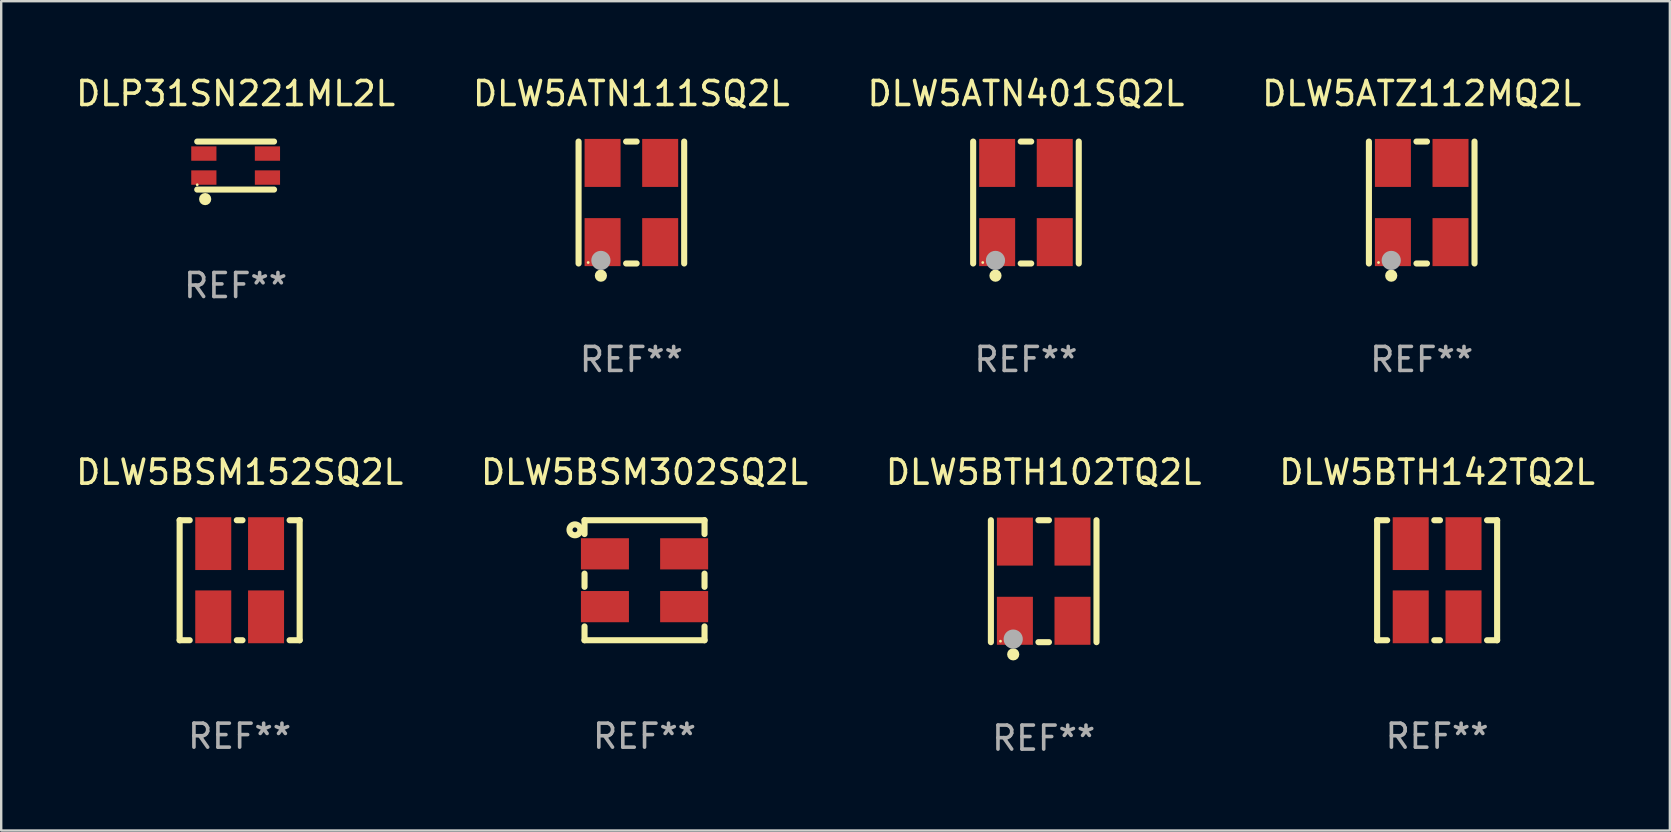
<source format=kicad_pcb>
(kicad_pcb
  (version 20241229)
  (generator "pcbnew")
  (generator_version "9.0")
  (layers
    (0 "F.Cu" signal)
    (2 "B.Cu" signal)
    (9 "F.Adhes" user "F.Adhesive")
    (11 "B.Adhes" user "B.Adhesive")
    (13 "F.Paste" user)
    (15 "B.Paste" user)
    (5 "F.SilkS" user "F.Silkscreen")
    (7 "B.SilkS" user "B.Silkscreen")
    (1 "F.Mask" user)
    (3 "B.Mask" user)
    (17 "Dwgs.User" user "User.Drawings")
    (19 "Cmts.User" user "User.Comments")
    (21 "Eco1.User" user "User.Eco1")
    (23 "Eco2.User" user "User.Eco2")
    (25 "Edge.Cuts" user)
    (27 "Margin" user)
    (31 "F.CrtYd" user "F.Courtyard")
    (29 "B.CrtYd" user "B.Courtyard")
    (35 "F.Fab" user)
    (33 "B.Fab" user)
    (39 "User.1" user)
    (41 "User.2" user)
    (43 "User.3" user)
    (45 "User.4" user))
  (footprint "DLW5BTH102TQ2L"
    (layer "F.Cu")
    (at 40.435 21.165)
    (property "Reference" "DLW5BTH102TQ2L" (at 0 -4.54 0) (layer "F.SilkS") (effects (font (size 1 1) (thickness 0.15))))
    (attr through_hole)
    (fp_line (start -2.2 -2.54) (end -2.2 2.54) (stroke (width 0.254) (type solid)) (layer "F.SilkS"))
    (fp_line (start -0.219 -2.54) (end 0.219 -2.54) (stroke (width 0.254) (type solid)) (layer "F.SilkS"))
    (fp_line (start -0.219 2.54) (end 0.219 2.54) (stroke (width 0.254) (type solid)) (layer "F.SilkS"))
    (fp_line (start 2.2 -2.54) (end 2.2 2.54) (stroke (width 0.254) (type solid)) (layer "F.SilkS"))
    (fp_circle (center -1.8 2.5) (end -1.77 2.5) (stroke (width 0.06) (type solid)) (fill no) (layer "F.SilkS"))
    (fp_circle (center -1.27 3.048) (end -1.143 3.048) (stroke (width 0.254) (type solid)) (fill no) (layer "F.SilkS"))
    (fp_circle (center -1.27 2.413) (end -1.07 2.413) (stroke (width 0.4) (type solid)) (fill no) (layer "F.Fab"))
    (fp_text user "REF**" (at 0 6.54 0) (layer "F.Fab") (effects (font (size 1 1) (thickness 0.15))))
    (pad "1" smd rect (at -1.2 1.65) (size 1.5 2) (layers "F.Cu" "F.Mask" "F.Paste"))
    (pad "2" smd rect (at 1.2 1.65) (size 1.5 2) (layers "F.Cu" "F.Mask" "F.Paste"))
    (pad "3" smd rect (at 1.2 -1.65) (size 1.5 2) (layers "F.Cu" "F.Mask" "F.Paste"))
    (pad "4" smd rect (at -1.2 -1.65) (size 1.5 2) (layers "F.Cu" "F.Mask" "F.Paste")))
  (footprint "DLW5ATN401SQ2L"
    (layer "F.Cu")
    (at 39.696 5.388)
    (property "Reference" "DLW5ATN401SQ2L" (at 0 -4.54 0) (layer "F.SilkS") (effects (font (size 1 1) (thickness 0.15))))
    (attr through_hole)
    (fp_line (start -2.2 -2.54) (end -2.2 2.54) (stroke (width 0.254) (type solid)) (layer "F.SilkS"))
    (fp_line (start -0.219 -2.54) (end 0.219 -2.54) (stroke (width 0.254) (type solid)) (layer "F.SilkS"))
    (fp_line (start -0.219 2.54) (end 0.219 2.54) (stroke (width 0.254) (type solid)) (layer "F.SilkS"))
    (fp_line (start 2.2 -2.54) (end 2.2 2.54) (stroke (width 0.254) (type solid)) (layer "F.SilkS"))
    (fp_circle (center -1.8 2.5) (end -1.77 2.5) (stroke (width 0.06) (type solid)) (fill no) (layer "F.SilkS"))
    (fp_circle (center -1.27 3.048) (end -1.143 3.048) (stroke (width 0.254) (type solid)) (fill no) (layer "F.SilkS"))
    (fp_circle (center -1.27 2.413) (end -1.07 2.413) (stroke (width 0.4) (type solid)) (fill no) (layer "F.Fab"))
    (fp_text user "REF**" (at 0 6.54 0) (layer "F.Fab") (effects (font (size 1 1) (thickness 0.15))))
    (pad "1" smd rect (at -1.2 1.65) (size 1.5 2) (layers "F.Cu" "F.Mask" "F.Paste"))
    (pad "2" smd rect (at 1.2 1.65) (size 1.5 2) (layers "F.Cu" "F.Mask" "F.Paste"))
    (pad "3" smd rect (at 1.2 -1.65) (size 1.5 2) (layers "F.Cu" "F.Mask" "F.Paste"))
    (pad "4" smd rect (at -1.2 -1.65) (size 1.5 2) (layers "F.Cu" "F.Mask" "F.Paste")))
  (footprint "DLW5BTH142TQ2L"
    (layer "F.Cu")
    (at 56.827 21.125)
    (property "Reference" "DLW5BTH142TQ2L" (at 0 -4.5 0) (layer "F.SilkS") (effects (font (size 1 1) (thickness 0.15))))
    (attr through_hole)
    (fp_line (start -2.5 -2.5) (end -2.081 -2.5) (stroke (width 0.254) (type solid)) (layer "F.SilkS"))
    (fp_line (start -2.5 2.5) (end -2.5 -2.5) (stroke (width 0.254) (type solid)) (layer "F.SilkS"))
    (fp_line (start -2.5 2.5) (end -2.081 2.5) (stroke (width 0.254) (type solid)) (layer "F.SilkS"))
    (fp_line (start -0.119 -2.5) (end 0.119 -2.5) (stroke (width 0.254) (type solid)) (layer "F.SilkS"))
    (fp_line (start -0.119 2.5) (end 0.119 2.5) (stroke (width 0.254) (type solid)) (layer "F.SilkS"))
    (fp_line (start 2.081 -2.5) (end 2.5 -2.5) (stroke (width 0.254) (type solid)) (layer "F.SilkS"))
    (fp_line (start 2.081 2.5) (end 2.5 2.5) (stroke (width 0.254) (type solid)) (layer "F.SilkS"))
    (fp_line (start 2.5 -2.5) (end 2.5 2.5) (stroke (width 0.254) (type solid)) (layer "F.SilkS"))
    (fp_circle (center 2.5 -2.5) (end 2.53 -2.5) (stroke (width 0.06) (type solid)) (fill no) (layer "F.SilkS"))
    (fp_text user "REF**" (at 0 6.5 0) (layer "F.Fab") (effects (font (size 1 1) (thickness 0.15))))
    (pad "1" smd rect (at 1.1 -1.525) (size 1.5 2.2) (layers "F.Cu" "F.Mask" "F.Paste"))
    (pad "2" smd rect (at -1.1 -1.525) (size 1.5 2.2) (layers "F.Cu" "F.Mask" "F.Paste"))
    (pad "3" smd rect (at -1.1 1.525) (size 1.5 2.2) (layers "F.Cu" "F.Mask" "F.Paste"))
    (pad "4" smd rect (at 1.1 1.525) (size 1.5 2.2) (layers "F.Cu" "F.Mask" "F.Paste")))
  (footprint "DLW5BSM152SQ2L"
    (layer "F.Cu")
    (at 6.935 21.125)
    (property "Reference" "DLW5BSM152SQ2L" (at 0 -4.5 0) (layer "F.SilkS") (effects (font (size 1 1) (thickness 0.15))))
    (attr through_hole)
    (fp_line (start -2.5 -2.5) (end -2.081 -2.5) (stroke (width 0.254) (type solid)) (layer "F.SilkS"))
    (fp_line (start -2.5 2.5) (end -2.5 -2.5) (stroke (width 0.254) (type solid)) (layer "F.SilkS"))
    (fp_line (start -2.5 2.5) (end -2.081 2.5) (stroke (width 0.254) (type solid)) (layer "F.SilkS"))
    (fp_line (start -0.119 -2.5) (end 0.119 -2.5) (stroke (width 0.254) (type solid)) (layer "F.SilkS"))
    (fp_line (start -0.119 2.5) (end 0.119 2.5) (stroke (width 0.254) (type solid)) (layer "F.SilkS"))
    (fp_line (start 2.081 -2.5) (end 2.5 -2.5) (stroke (width 0.254) (type solid)) (layer "F.SilkS"))
    (fp_line (start 2.081 2.5) (end 2.5 2.5) (stroke (width 0.254) (type solid)) (layer "F.SilkS"))
    (fp_line (start 2.5 -2.5) (end 2.5 2.5) (stroke (width 0.254) (type solid)) (layer "F.SilkS"))
    (fp_circle (center 2.5 -2.5) (end 2.53 -2.5) (stroke (width 0.06) (type solid)) (fill no) (layer "F.SilkS"))
    (fp_text user "REF**" (at 0 6.5 0) (layer "F.Fab") (effects (font (size 1 1) (thickness 0.15))))
    (pad "1" smd rect (at 1.1 -1.525) (size 1.5 2.2) (layers "F.Cu" "F.Mask" "F.Paste"))
    (pad "2" smd rect (at -1.1 -1.525) (size 1.5 2.2) (layers "F.Cu" "F.Mask" "F.Paste"))
    (pad "3" smd rect (at -1.1 1.525) (size 1.5 2.2) (layers "F.Cu" "F.Mask" "F.Paste"))
    (pad "4" smd rect (at 1.1 1.525) (size 1.5 2.2) (layers "F.Cu" "F.Mask" "F.Paste")))
  (footprint "DLW5ATN111SQ2L"
    (layer "F.Cu")
    (at 23.256 5.388)
    (property "Reference" "DLW5ATN111SQ2L" (at 0 -4.54 0) (layer "F.SilkS") (effects (font (size 1 1) (thickness 0.15))))
    (attr through_hole)
    (fp_line (start -2.2 -2.54) (end -2.2 2.54) (stroke (width 0.254) (type solid)) (layer "F.SilkS"))
    (fp_line (start -0.219 -2.54) (end 0.219 -2.54) (stroke (width 0.254) (type solid)) (layer "F.SilkS"))
    (fp_line (start -0.219 2.54) (end 0.219 2.54) (stroke (width 0.254) (type solid)) (layer "F.SilkS"))
    (fp_line (start 2.2 -2.54) (end 2.2 2.54) (stroke (width 0.254) (type solid)) (layer "F.SilkS"))
    (fp_circle (center -1.8 2.5) (end -1.77 2.5) (stroke (width 0.06) (type solid)) (fill no) (layer "F.SilkS"))
    (fp_circle (center -1.27 3.048) (end -1.143 3.048) (stroke (width 0.254) (type solid)) (fill no) (layer "F.SilkS"))
    (fp_circle (center -1.27 2.413) (end -1.07 2.413) (stroke (width 0.4) (type solid)) (fill no) (layer "F.Fab"))
    (fp_text user "REF**" (at 0 6.54 0) (layer "F.Fab") (effects (font (size 1 1) (thickness 0.15))))
    (pad "1" smd rect (at -1.2 1.65) (size 1.5 2) (layers "F.Cu" "F.Mask" "F.Paste"))
    (pad "2" smd rect (at 1.2 1.65) (size 1.5 2) (layers "F.Cu" "F.Mask" "F.Paste"))
    (pad "3" smd rect (at 1.2 -1.65) (size 1.5 2) (layers "F.Cu" "F.Mask" "F.Paste"))
    (pad "4" smd rect (at -1.2 -1.65) (size 1.5 2) (layers "F.Cu" "F.Mask" "F.Paste")))
  (footprint "DLW5ATZ112MQ2L"
    (layer "F.Cu")
    (at 56.185 5.388)
    (property "Reference" "DLW5ATZ112MQ2L" (at 0 -4.54 0) (layer "F.SilkS") (effects (font (size 1 1) (thickness 0.15))))
    (attr through_hole)
    (fp_line (start -2.2 -2.54) (end -2.2 2.54) (stroke (width 0.254) (type solid)) (layer "F.SilkS"))
    (fp_line (start -0.219 -2.54) (end 0.219 -2.54) (stroke (width 0.254) (type solid)) (layer "F.SilkS"))
    (fp_line (start -0.219 2.54) (end 0.219 2.54) (stroke (width 0.254) (type solid)) (layer "F.SilkS"))
    (fp_line (start 2.2 -2.54) (end 2.2 2.54) (stroke (width 0.254) (type solid)) (layer "F.SilkS"))
    (fp_circle (center -1.8 2.5) (end -1.77 2.5) (stroke (width 0.06) (type solid)) (fill no) (layer "F.SilkS"))
    (fp_circle (center -1.27 3.048) (end -1.143 3.048) (stroke (width 0.254) (type solid)) (fill no) (layer "F.SilkS"))
    (fp_circle (center -1.27 2.413) (end -1.07 2.413) (stroke (width 0.4) (type solid)) (fill no) (layer "F.Fab"))
    (fp_text user "REF**" (at 0 6.54 0) (layer "F.Fab") (effects (font (size 1 1) (thickness 0.15))))
    (pad "1" smd rect (at -1.2 1.65) (size 1.5 2) (layers "F.Cu" "F.Mask" "F.Paste"))
    (pad "2" smd rect (at 1.2 1.65) (size 1.5 2) (layers "F.Cu" "F.Mask" "F.Paste"))
    (pad "3" smd rect (at 1.2 -1.65) (size 1.5 2) (layers "F.Cu" "F.Mask" "F.Paste"))
    (pad "4" smd rect (at -1.2 -1.65) (size 1.5 2) (layers "F.Cu" "F.Mask" "F.Paste")))
  (footprint "DLW5BSM302SQ2L"
    (layer "F.Cu")
    (at 23.804 21.125)
    (property "Reference" "DLW5BSM302SQ2L" (at 0 -4.5 0) (layer "F.SilkS") (effects (font (size 1 1) (thickness 0.15))))
    (attr through_hole)
    (fp_line (start -2.5 -2.5) (end 2.5 -2.5) (stroke (width 0.254) (type solid)) (layer "F.SilkS"))
    (fp_line (start -2.5 -1.925) (end -2.5 -2.5) (stroke (width 0.254) (type solid)) (layer "F.SilkS"))
    (fp_line (start -2.5 0.275) (end -2.5 -0.275) (stroke (width 0.254) (type solid)) (layer "F.SilkS"))
    (fp_line (start -2.5 2.5) (end -2.5 1.925) (stroke (width 0.254) (type solid)) (layer "F.SilkS"))
    (fp_line (start 2.5 -2.5) (end 2.5 -1.925) (stroke (width 0.254) (type solid)) (layer "F.SilkS"))
    (fp_line (start 2.5 -0.275) (end 2.5 0.275) (stroke (width 0.254) (type solid)) (layer "F.SilkS"))
    (fp_line (start 2.5 1.925) (end 2.5 2.5) (stroke (width 0.254) (type solid)) (layer "F.SilkS"))
    (fp_line (start 2.5 2.5) (end -2.5 2.5) (stroke (width 0.254) (type solid)) (layer "F.SilkS"))
    (fp_circle (center -2.9 -2.1) (end -2.8 -2.1) (stroke (width 0.254) (type solid)) (fill no) (layer "F.SilkS"))
    (fp_circle (center -2.5 -2.5) (end -2.47 -2.5) (stroke (width 0.06) (type solid)) (fill no) (layer "F.SilkS"))
    (fp_text user "REF**" (at 0 6.5 0) (layer "F.Fab") (effects (font (size 1 1) (thickness 0.15))))
    (pad "1" smd rect (at -1.65 -1.1) (size 2 1.3) (layers "F.Cu" "F.Mask" "F.Paste"))
    (pad "2" smd rect (at -1.65 1.1) (size 2 1.3) (layers "F.Cu" "F.Mask" "F.Paste"))
    (pad "3" smd rect (at 1.65 1.1) (size 2 1.3) (layers "F.Cu" "F.Mask" "F.Paste"))
    (pad "4" smd rect (at 1.65 -1.1) (size 2 1.3) (layers "F.Cu" "F.Mask" "F.Paste")))
  (footprint "DLP31SN221ML2L"
    (layer "F.Cu")
    (at 6.768 3.848)
    (property "Reference" "DLP31SN221ML2L" (at 0 -3 0) (layer "F.SilkS") (effects (font (size 1 1) (thickness 0.15))))
    (attr through_hole)
    (fp_line (start -1.6 1) (end 1.6 1) (stroke (width 0.254) (type solid)) (layer "F.SilkS"))
    (fp_line (start 1.6 -1) (end -1.6 -1) (stroke (width 0.254) (type solid)) (layer "F.SilkS"))
    (fp_circle (center -1.6 0.8) (end -1.57 0.8) (stroke (width 0.06) (type solid)) (fill no) (layer "F.SilkS"))
    (fp_circle (center -1.27 1.397) (end -1.143 1.397) (stroke (width 0.254) (type solid)) (fill no) (layer "F.SilkS"))
    (fp_text user "REF**" (at 0 5 0) (layer "F.Fab") (effects (font (size 1 1) (thickness 0.15))))
    (pad "1" smd rect (at -1.325 0.5 180) (size 1.05 0.6) (layers "F.Cu" "F.Mask" "F.Paste"))
    (pad "2" smd rect (at -1.325 -0.5 180) (size 1.05 0.6) (layers "F.Cu" "F.Mask" "F.Paste"))
    (pad "3" smd rect (at 1.325 -0.5 180) (size 1.05 0.6) (layers "F.Cu" "F.Mask" "F.Paste"))
    (pad "4" smd rect (at 1.325 0.5 180) (size 1.05 0.6) (layers "F.Cu" "F.Mask" "F.Paste")))
  (gr_rect
    (start -3 -3)
    (end 66.524 31.553)
    (stroke (width 0.1) (type default))
    (fill no)
    (layer "Edge.Cuts")))
</source>
